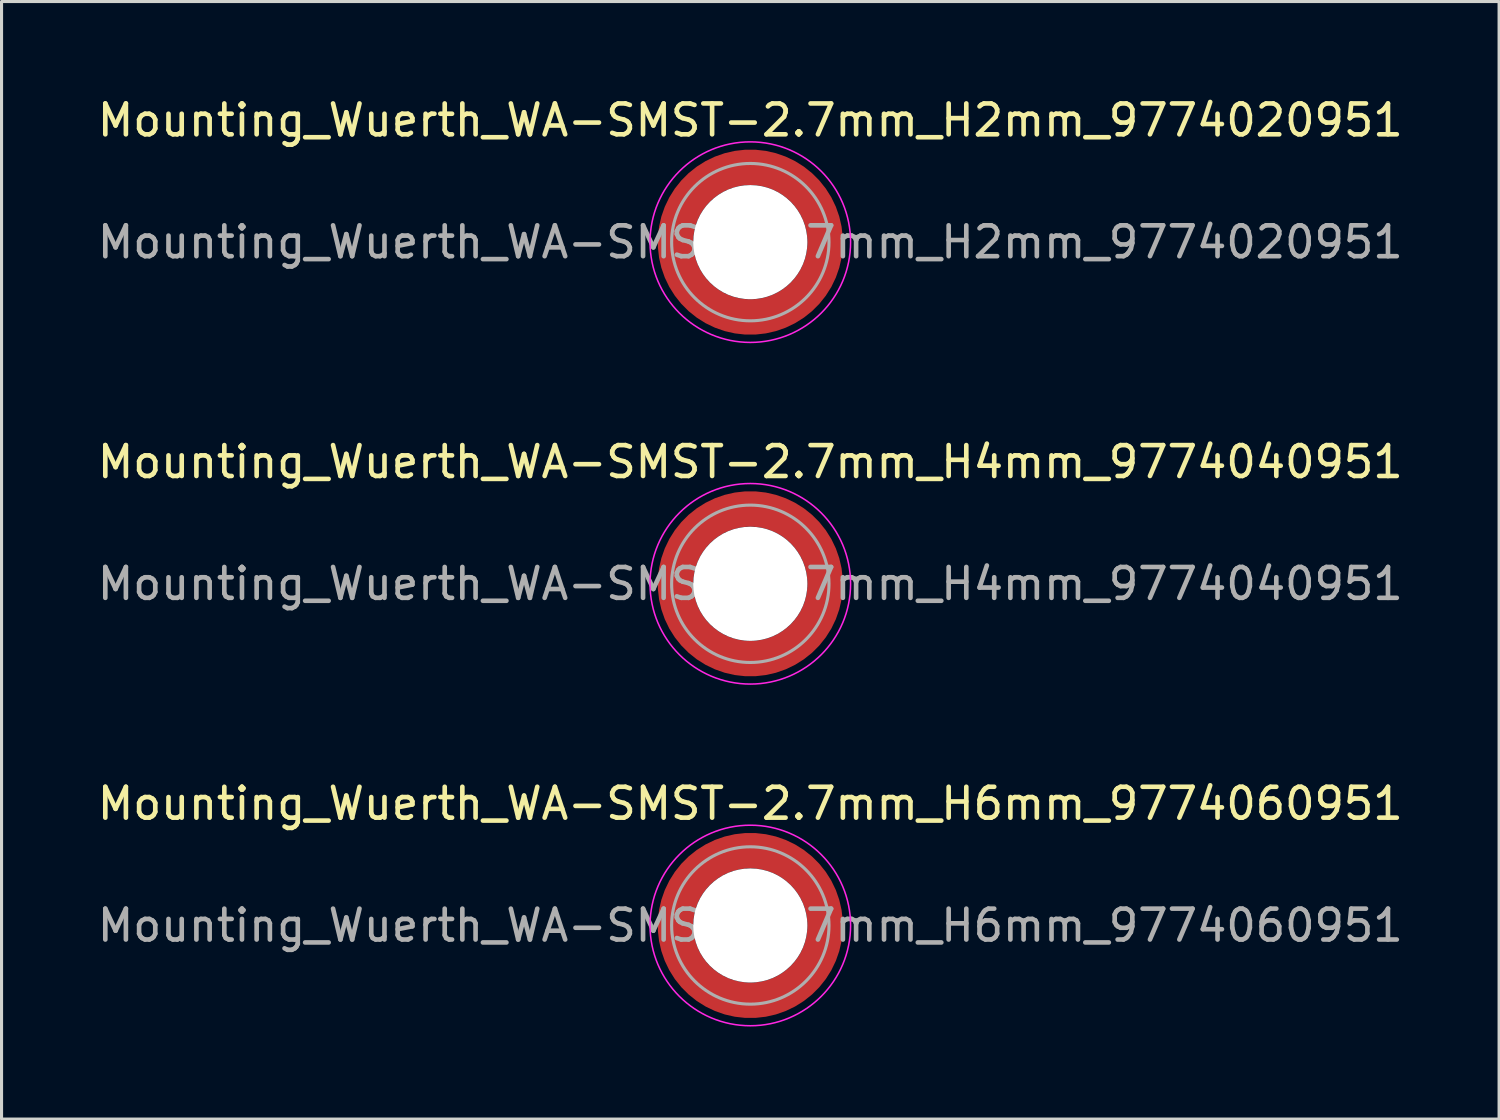
<source format=kicad_pcb>
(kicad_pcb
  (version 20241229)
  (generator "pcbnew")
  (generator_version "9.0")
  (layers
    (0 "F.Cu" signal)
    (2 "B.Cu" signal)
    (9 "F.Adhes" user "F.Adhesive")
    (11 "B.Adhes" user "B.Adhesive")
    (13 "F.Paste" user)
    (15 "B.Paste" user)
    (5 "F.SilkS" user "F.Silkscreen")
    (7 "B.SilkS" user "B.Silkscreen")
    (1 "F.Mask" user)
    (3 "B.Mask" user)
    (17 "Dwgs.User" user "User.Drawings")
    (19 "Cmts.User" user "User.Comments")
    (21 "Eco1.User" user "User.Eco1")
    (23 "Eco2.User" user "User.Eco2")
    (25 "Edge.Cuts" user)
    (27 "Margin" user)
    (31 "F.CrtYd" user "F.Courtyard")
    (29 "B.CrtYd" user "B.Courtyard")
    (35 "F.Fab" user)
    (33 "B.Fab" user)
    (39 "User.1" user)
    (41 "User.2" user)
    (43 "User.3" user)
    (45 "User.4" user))
  (footprint "Mounting_Wuerth_WA-SMST-2.7mm_H2mm_9774020951"
    (layer "F.Cu")
    (at 21.268 4.798)
    (property "Reference" "Mounting_Wuerth_WA-SMST-2.7mm_H2mm_9774020951" (at 0 -3.95 0) (layer "F.SilkS") (effects (font (size 1 1) (thickness 0.15))))
    (attr smd allow_soldermask_bridges)
    (fp_circle (center 0 0) (end 3.25 0) (stroke (width 0.05) (type solid)) (fill no) (layer "F.CrtYd"))
    (fp_circle (center 0 0) (end 2.55 0) (stroke (width 0.1) (type solid)) (fill no) (layer "F.Fab"))
    (fp_text user "${REFERENCE}" (at 0 0 0) (layer "F.Fab") (effects (font (size 1 1) (thickness 0.15))))
    (pad "" smd custom (at -1.704 -1.704) (size 0.51 0.51) (layers "F.Paste") (options (anchor circle)) (primitives (gr_arc (start -0.250195 1.279127) (mid 0.289914 0.289914) (end 1.279127 -0.250195) (width 0.2)) (gr_arc (start -0.34334 1.279127) (mid 0.225488 0.225488) (end 1.279127 -0.34334) (width 0.2)) (gr_arc (start -0.436309 1.279127) (mid 0.161063 0.161063) (end 1.279127 -0.436309) (width 0.2)) (gr_arc (start -0.529126 1.279127) (mid 0.096638 0.096638) (end 1.279127 -0.529126) (width 0.2)) (gr_arc (start -0.621807 1.279127) (mid 0.032213 0.032213) (end 1.279127 -0.621807) (width 0.2)) (gr_arc (start -0.71437 1.279127) (mid -0.032213 -0.032213) (end 1.279127 -0.71437) (width 0.2)) (gr_arc (start -0.806826 1.279127) (mid -0.096638 -0.096638) (end 1.279127 -0.806826) (width 0.2)) (gr_arc (start -0.899187 1.279127) (mid -0.161063 -0.161063) (end 1.279127 -0.899187) (width 0.2)) (gr_arc (start -0.991463 1.279127) (mid -0.225488 -0.225488) (end 1.279127 -0.991463) (width 0.2)) (gr_arc (start -1.083663 1.279127) (mid -0.289914 -0.289914) (end 1.279127 -1.083663) (width 0.2)) (gr_line (start 1.279 -0.25) (end 1.279 -1.084) (width 0.2)) (gr_line (start -0.25 1.279) (end -1.084 1.279) (width 0.2))))
    (pad "" smd custom (at -1.704 1.704) (size 0.51 0.51) (layers "F.Paste") (options (anchor circle)) (primitives (gr_arc (start 1.279127 0.250195) (mid 0.289914 -0.289914) (end -0.250195 -1.279127) (width 0.2)) (gr_arc (start 1.279127 0.34334) (mid 0.225488 -0.225488) (end -0.34334 -1.279127) (width 0.2)) (gr_arc (start 1.279127 0.436309) (mid 0.161063 -0.161063) (end -0.436309 -1.279127) (width 0.2)) (gr_arc (start 1.279127 0.529126) (mid 0.096638 -0.096638) (end -0.529126 -1.279127) (width 0.2)) (gr_arc (start 1.279127 0.621807) (mid 0.032213 -0.032213) (end -0.621807 -1.279127) (width 0.2)) (gr_arc (start 1.279127 0.71437) (mid -0.032213 0.032213) (end -0.71437 -1.279127) (width 0.2)) (gr_arc (start 1.279127 0.806826) (mid -0.096638 0.096638) (end -0.806826 -1.279127) (width 0.2)) (gr_arc (start 1.279127 0.899187) (mid -0.161063 0.161063) (end -0.899187 -1.279127) (width 0.2)) (gr_arc (start 1.279127 0.991463) (mid -0.225488 0.225488) (end -0.991463 -1.279127) (width 0.2)) (gr_arc (start 1.279127 1.083663) (mid -0.289914 0.289914) (end -1.083663 -1.279127) (width 0.2)) (gr_line (start -0.25 -1.279) (end -1.084 -1.279) (width 0.2)) (gr_line (start 1.279 0.25) (end 1.279 1.084) (width 0.2))))
    (pad "" np_thru_hole circle (at 0 0) (size 3.7 3.7) (drill 3.7) (layers "*.Cu" "*.Mask"))
    (pad "" smd custom (at 1.704 -1.704) (size 0.51 0.51) (layers "F.Paste") (options (anchor circle)) (primitives (gr_arc (start -1.279127 -0.250195) (mid -0.289914 0.289914) (end 0.250195 1.279127) (width 0.2)) (gr_arc (start -1.279127 -0.34334) (mid -0.225488 0.225488) (end 0.34334 1.279127) (width 0.2)) (gr_arc (start -1.279127 -0.436309) (mid -0.161063 0.161063) (end 0.436309 1.279127) (width 0.2)) (gr_arc (start -1.279127 -0.529126) (mid -0.096638 0.096638) (end 0.529126 1.279127) (width 0.2)) (gr_arc (start -1.279127 -0.621807) (mid -0.032213 0.032213) (end 0.621807 1.279127) (width 0.2)) (gr_arc (start -1.279127 -0.71437) (mid 0.032213 -0.032213) (end 0.71437 1.279127) (width 0.2)) (gr_arc (start -1.279127 -0.806826) (mid 0.096638 -0.096638) (end 0.806826 1.279127) (width 0.2)) (gr_arc (start -1.279127 -0.899187) (mid 0.161063 -0.161063) (end 0.899187 1.279127) (width 0.2)) (gr_arc (start -1.279127 -0.991463) (mid 0.225488 -0.225488) (end 0.991463 1.279127) (width 0.2)) (gr_arc (start -1.279127 -1.083663) (mid 0.289914 -0.289914) (end 1.083663 1.279127) (width 0.2)) (gr_line (start 0.25 1.279) (end 1.084 1.279) (width 0.2)) (gr_line (start -1.279 -0.25) (end -1.279 -1.084) (width 0.2))))
    (pad "" smd custom (at 1.704 1.704) (size 0.51 0.51) (layers "F.Paste") (options (anchor circle)) (primitives (gr_arc (start 0.250195 -1.279127) (mid -0.289914 -0.289914) (end -1.279127 0.250195) (width 0.2)) (gr_arc (start 0.34334 -1.279127) (mid -0.225488 -0.225488) (end -1.279127 0.34334) (width 0.2)) (gr_arc (start 0.436309 -1.279127) (mid -0.161063 -0.161063) (end -1.279127 0.436309) (width 0.2)) (gr_arc (start 0.529126 -1.279127) (mid -0.096638 -0.096638) (end -1.279127 0.529126) (width 0.2)) (gr_arc (start 0.621807 -1.279127) (mid -0.032213 -0.032213) (end -1.279127 0.621807) (width 0.2)) (gr_arc (start 0.71437 -1.279127) (mid 0.032213 0.032213) (end -1.279127 0.71437) (width 0.2)) (gr_arc (start 0.806826 -1.279127) (mid 0.096638 0.096638) (end -1.279127 0.806826) (width 0.2)) (gr_arc (start 0.899187 -1.279127) (mid 0.161063 0.161063) (end -1.279127 0.899187) (width 0.2)) (gr_arc (start 0.991463 -1.279127) (mid 0.225488 0.225488) (end -1.279127 0.991463) (width 0.2)) (gr_arc (start 1.083663 -1.279127) (mid 0.289914 0.289914) (end -1.279127 1.083663) (width 0.2)) (gr_line (start -1.279 0.25) (end -1.279 1.084) (width 0.2)) (gr_line (start 0.25 -1.279) (end 1.084 -1.279) (width 0.2))))
    (pad "1" smd circle (at -2.425 0) (size 0.642 0.642) (layers "F.Cu"))
    (pad "1" smd circle (at 0 -2.425) (size 0.642 0.642) (layers "F.Cu"))
    (pad "1" smd circle (at 0 2.425) (size 0.642 0.642) (layers "F.Cu"))
    (pad "1" smd custom (at 2.425 0) (size 1.15 1.15) (layers "F.Cu" "F.Mask") (options (anchor circle)) (primitives (gr_circle (center -2.425 0) (end 0 0) (width 1.15) (fill no)))))
  (footprint "Mounting_Wuerth_WA-SMST-2.7mm_H6mm_9774060951"
    (layer "F.Cu")
    (at 21.268 26.945)
    (property "Reference" "Mounting_Wuerth_WA-SMST-2.7mm_H6mm_9774060951" (at 0 -3.95 0) (layer "F.SilkS") (effects (font (size 1 1) (thickness 0.15))))
    (attr smd allow_soldermask_bridges)
    (fp_circle (center 0 0) (end 3.25 0) (stroke (width 0.05) (type solid)) (fill no) (layer "F.CrtYd"))
    (fp_circle (center 0 0) (end 2.55 0) (stroke (width 0.1) (type solid)) (fill no) (layer "F.Fab"))
    (fp_text user "${REFERENCE}" (at 0 0 0) (layer "F.Fab") (effects (font (size 1 1) (thickness 0.15))))
    (pad "" smd custom (at -1.704 -1.704) (size 0.51 0.51) (layers "F.Paste") (options (anchor circle)) (primitives (gr_arc (start -0.250195 1.279127) (mid 0.289914 0.289914) (end 1.279127 -0.250195) (width 0.2)) (gr_arc (start -0.34334 1.279127) (mid 0.225488 0.225488) (end 1.279127 -0.34334) (width 0.2)) (gr_arc (start -0.436309 1.279127) (mid 0.161063 0.161063) (end 1.279127 -0.436309) (width 0.2)) (gr_arc (start -0.529126 1.279127) (mid 0.096638 0.096638) (end 1.279127 -0.529126) (width 0.2)) (gr_arc (start -0.621807 1.279127) (mid 0.032213 0.032213) (end 1.279127 -0.621807) (width 0.2)) (gr_arc (start -0.71437 1.279127) (mid -0.032213 -0.032213) (end 1.279127 -0.71437) (width 0.2)) (gr_arc (start -0.806826 1.279127) (mid -0.096638 -0.096638) (end 1.279127 -0.806826) (width 0.2)) (gr_arc (start -0.899187 1.279127) (mid -0.161063 -0.161063) (end 1.279127 -0.899187) (width 0.2)) (gr_arc (start -0.991463 1.279127) (mid -0.225488 -0.225488) (end 1.279127 -0.991463) (width 0.2)) (gr_arc (start -1.083663 1.279127) (mid -0.289914 -0.289914) (end 1.279127 -1.083663) (width 0.2)) (gr_line (start 1.279 -0.25) (end 1.279 -1.084) (width 0.2)) (gr_line (start -0.25 1.279) (end -1.084 1.279) (width 0.2))))
    (pad "" smd custom (at -1.704 1.704) (size 0.51 0.51) (layers "F.Paste") (options (anchor circle)) (primitives (gr_arc (start 1.279127 0.250195) (mid 0.289914 -0.289914) (end -0.250195 -1.279127) (width 0.2)) (gr_arc (start 1.279127 0.34334) (mid 0.225488 -0.225488) (end -0.34334 -1.279127) (width 0.2)) (gr_arc (start 1.279127 0.436309) (mid 0.161063 -0.161063) (end -0.436309 -1.279127) (width 0.2)) (gr_arc (start 1.279127 0.529126) (mid 0.096638 -0.096638) (end -0.529126 -1.279127) (width 0.2)) (gr_arc (start 1.279127 0.621807) (mid 0.032213 -0.032213) (end -0.621807 -1.279127) (width 0.2)) (gr_arc (start 1.279127 0.71437) (mid -0.032213 0.032213) (end -0.71437 -1.279127) (width 0.2)) (gr_arc (start 1.279127 0.806826) (mid -0.096638 0.096638) (end -0.806826 -1.279127) (width 0.2)) (gr_arc (start 1.279127 0.899187) (mid -0.161063 0.161063) (end -0.899187 -1.279127) (width 0.2)) (gr_arc (start 1.279127 0.991463) (mid -0.225488 0.225488) (end -0.991463 -1.279127) (width 0.2)) (gr_arc (start 1.279127 1.083663) (mid -0.289914 0.289914) (end -1.083663 -1.279127) (width 0.2)) (gr_line (start -0.25 -1.279) (end -1.084 -1.279) (width 0.2)) (gr_line (start 1.279 0.25) (end 1.279 1.084) (width 0.2))))
    (pad "" np_thru_hole circle (at 0 0) (size 3.7 3.7) (drill 3.7) (layers "*.Cu" "*.Mask"))
    (pad "" smd custom (at 1.704 -1.704) (size 0.51 0.51) (layers "F.Paste") (options (anchor circle)) (primitives (gr_arc (start -1.279127 -0.250195) (mid -0.289914 0.289914) (end 0.250195 1.279127) (width 0.2)) (gr_arc (start -1.279127 -0.34334) (mid -0.225488 0.225488) (end 0.34334 1.279127) (width 0.2)) (gr_arc (start -1.279127 -0.436309) (mid -0.161063 0.161063) (end 0.436309 1.279127) (width 0.2)) (gr_arc (start -1.279127 -0.529126) (mid -0.096638 0.096638) (end 0.529126 1.279127) (width 0.2)) (gr_arc (start -1.279127 -0.621807) (mid -0.032213 0.032213) (end 0.621807 1.279127) (width 0.2)) (gr_arc (start -1.279127 -0.71437) (mid 0.032213 -0.032213) (end 0.71437 1.279127) (width 0.2)) (gr_arc (start -1.279127 -0.806826) (mid 0.096638 -0.096638) (end 0.806826 1.279127) (width 0.2)) (gr_arc (start -1.279127 -0.899187) (mid 0.161063 -0.161063) (end 0.899187 1.279127) (width 0.2)) (gr_arc (start -1.279127 -0.991463) (mid 0.225488 -0.225488) (end 0.991463 1.279127) (width 0.2)) (gr_arc (start -1.279127 -1.083663) (mid 0.289914 -0.289914) (end 1.083663 1.279127) (width 0.2)) (gr_line (start 0.25 1.279) (end 1.084 1.279) (width 0.2)) (gr_line (start -1.279 -0.25) (end -1.279 -1.084) (width 0.2))))
    (pad "" smd custom (at 1.704 1.704) (size 0.51 0.51) (layers "F.Paste") (options (anchor circle)) (primitives (gr_arc (start 0.250195 -1.279127) (mid -0.289914 -0.289914) (end -1.279127 0.250195) (width 0.2)) (gr_arc (start 0.34334 -1.279127) (mid -0.225488 -0.225488) (end -1.279127 0.34334) (width 0.2)) (gr_arc (start 0.436309 -1.279127) (mid -0.161063 -0.161063) (end -1.279127 0.436309) (width 0.2)) (gr_arc (start 0.529126 -1.279127) (mid -0.096638 -0.096638) (end -1.279127 0.529126) (width 0.2)) (gr_arc (start 0.621807 -1.279127) (mid -0.032213 -0.032213) (end -1.279127 0.621807) (width 0.2)) (gr_arc (start 0.71437 -1.279127) (mid 0.032213 0.032213) (end -1.279127 0.71437) (width 0.2)) (gr_arc (start 0.806826 -1.279127) (mid 0.096638 0.096638) (end -1.279127 0.806826) (width 0.2)) (gr_arc (start 0.899187 -1.279127) (mid 0.161063 0.161063) (end -1.279127 0.899187) (width 0.2)) (gr_arc (start 0.991463 -1.279127) (mid 0.225488 0.225488) (end -1.279127 0.991463) (width 0.2)) (gr_arc (start 1.083663 -1.279127) (mid 0.289914 0.289914) (end -1.279127 1.083663) (width 0.2)) (gr_line (start -1.279 0.25) (end -1.279 1.084) (width 0.2)) (gr_line (start 0.25 -1.279) (end 1.084 -1.279) (width 0.2))))
    (pad "1" smd circle (at -2.425 0) (size 0.642 0.642) (layers "F.Cu"))
    (pad "1" smd circle (at 0 -2.425) (size 0.642 0.642) (layers "F.Cu"))
    (pad "1" smd circle (at 0 2.425) (size 0.642 0.642) (layers "F.Cu"))
    (pad "1" smd custom (at 2.425 0) (size 1.15 1.15) (layers "F.Cu" "F.Mask") (options (anchor circle)) (primitives (gr_circle (center -2.425 0) (end 0 0) (width 1.15) (fill no)))))
  (footprint "Mounting_Wuerth_WA-SMST-2.7mm_H4mm_9774040951"
    (layer "F.Cu")
    (at 21.268 15.871)
    (property "Reference" "Mounting_Wuerth_WA-SMST-2.7mm_H4mm_9774040951" (at 0 -3.95 0) (layer "F.SilkS") (effects (font (size 1 1) (thickness 0.15))))
    (attr smd allow_soldermask_bridges)
    (fp_circle (center 0 0) (end 3.25 0) (stroke (width 0.05) (type solid)) (fill no) (layer "F.CrtYd"))
    (fp_circle (center 0 0) (end 2.55 0) (stroke (width 0.1) (type solid)) (fill no) (layer "F.Fab"))
    (fp_text user "${REFERENCE}" (at 0 0 0) (layer "F.Fab") (effects (font (size 1 1) (thickness 0.15))))
    (pad "" smd custom (at -1.704 -1.704) (size 0.51 0.51) (layers "F.Paste") (options (anchor circle)) (primitives (gr_arc (start -0.250195 1.279127) (mid 0.289914 0.289914) (end 1.279127 -0.250195) (width 0.2)) (gr_arc (start -0.34334 1.279127) (mid 0.225488 0.225488) (end 1.279127 -0.34334) (width 0.2)) (gr_arc (start -0.436309 1.279127) (mid 0.161063 0.161063) (end 1.279127 -0.436309) (width 0.2)) (gr_arc (start -0.529126 1.279127) (mid 0.096638 0.096638) (end 1.279127 -0.529126) (width 0.2)) (gr_arc (start -0.621807 1.279127) (mid 0.032213 0.032213) (end 1.279127 -0.621807) (width 0.2)) (gr_arc (start -0.71437 1.279127) (mid -0.032213 -0.032213) (end 1.279127 -0.71437) (width 0.2)) (gr_arc (start -0.806826 1.279127) (mid -0.096638 -0.096638) (end 1.279127 -0.806826) (width 0.2)) (gr_arc (start -0.899187 1.279127) (mid -0.161063 -0.161063) (end 1.279127 -0.899187) (width 0.2)) (gr_arc (start -0.991463 1.279127) (mid -0.225488 -0.225488) (end 1.279127 -0.991463) (width 0.2)) (gr_arc (start -1.083663 1.279127) (mid -0.289914 -0.289914) (end 1.279127 -1.083663) (width 0.2)) (gr_line (start 1.279 -0.25) (end 1.279 -1.084) (width 0.2)) (gr_line (start -0.25 1.279) (end -1.084 1.279) (width 0.2))))
    (pad "" smd custom (at -1.704 1.704) (size 0.51 0.51) (layers "F.Paste") (options (anchor circle)) (primitives (gr_arc (start 1.279127 0.250195) (mid 0.289914 -0.289914) (end -0.250195 -1.279127) (width 0.2)) (gr_arc (start 1.279127 0.34334) (mid 0.225488 -0.225488) (end -0.34334 -1.279127) (width 0.2)) (gr_arc (start 1.279127 0.436309) (mid 0.161063 -0.161063) (end -0.436309 -1.279127) (width 0.2)) (gr_arc (start 1.279127 0.529126) (mid 0.096638 -0.096638) (end -0.529126 -1.279127) (width 0.2)) (gr_arc (start 1.279127 0.621807) (mid 0.032213 -0.032213) (end -0.621807 -1.279127) (width 0.2)) (gr_arc (start 1.279127 0.71437) (mid -0.032213 0.032213) (end -0.71437 -1.279127) (width 0.2)) (gr_arc (start 1.279127 0.806826) (mid -0.096638 0.096638) (end -0.806826 -1.279127) (width 0.2)) (gr_arc (start 1.279127 0.899187) (mid -0.161063 0.161063) (end -0.899187 -1.279127) (width 0.2)) (gr_arc (start 1.279127 0.991463) (mid -0.225488 0.225488) (end -0.991463 -1.279127) (width 0.2)) (gr_arc (start 1.279127 1.083663) (mid -0.289914 0.289914) (end -1.083663 -1.279127) (width 0.2)) (gr_line (start -0.25 -1.279) (end -1.084 -1.279) (width 0.2)) (gr_line (start 1.279 0.25) (end 1.279 1.084) (width 0.2))))
    (pad "" np_thru_hole circle (at 0 0) (size 3.7 3.7) (drill 3.7) (layers "*.Cu" "*.Mask"))
    (pad "" smd custom (at 1.704 -1.704) (size 0.51 0.51) (layers "F.Paste") (options (anchor circle)) (primitives (gr_arc (start -1.279127 -0.250195) (mid -0.289914 0.289914) (end 0.250195 1.279127) (width 0.2)) (gr_arc (start -1.279127 -0.34334) (mid -0.225488 0.225488) (end 0.34334 1.279127) (width 0.2)) (gr_arc (start -1.279127 -0.436309) (mid -0.161063 0.161063) (end 0.436309 1.279127) (width 0.2)) (gr_arc (start -1.279127 -0.529126) (mid -0.096638 0.096638) (end 0.529126 1.279127) (width 0.2)) (gr_arc (start -1.279127 -0.621807) (mid -0.032213 0.032213) (end 0.621807 1.279127) (width 0.2)) (gr_arc (start -1.279127 -0.71437) (mid 0.032213 -0.032213) (end 0.71437 1.279127) (width 0.2)) (gr_arc (start -1.279127 -0.806826) (mid 0.096638 -0.096638) (end 0.806826 1.279127) (width 0.2)) (gr_arc (start -1.279127 -0.899187) (mid 0.161063 -0.161063) (end 0.899187 1.279127) (width 0.2)) (gr_arc (start -1.279127 -0.991463) (mid 0.225488 -0.225488) (end 0.991463 1.279127) (width 0.2)) (gr_arc (start -1.279127 -1.083663) (mid 0.289914 -0.289914) (end 1.083663 1.279127) (width 0.2)) (gr_line (start 0.25 1.279) (end 1.084 1.279) (width 0.2)) (gr_line (start -1.279 -0.25) (end -1.279 -1.084) (width 0.2))))
    (pad "" smd custom (at 1.704 1.704) (size 0.51 0.51) (layers "F.Paste") (options (anchor circle)) (primitives (gr_arc (start 0.250195 -1.279127) (mid -0.289914 -0.289914) (end -1.279127 0.250195) (width 0.2)) (gr_arc (start 0.34334 -1.279127) (mid -0.225488 -0.225488) (end -1.279127 0.34334) (width 0.2)) (gr_arc (start 0.436309 -1.279127) (mid -0.161063 -0.161063) (end -1.279127 0.436309) (width 0.2)) (gr_arc (start 0.529126 -1.279127) (mid -0.096638 -0.096638) (end -1.279127 0.529126) (width 0.2)) (gr_arc (start 0.621807 -1.279127) (mid -0.032213 -0.032213) (end -1.279127 0.621807) (width 0.2)) (gr_arc (start 0.71437 -1.279127) (mid 0.032213 0.032213) (end -1.279127 0.71437) (width 0.2)) (gr_arc (start 0.806826 -1.279127) (mid 0.096638 0.096638) (end -1.279127 0.806826) (width 0.2)) (gr_arc (start 0.899187 -1.279127) (mid 0.161063 0.161063) (end -1.279127 0.899187) (width 0.2)) (gr_arc (start 0.991463 -1.279127) (mid 0.225488 0.225488) (end -1.279127 0.991463) (width 0.2)) (gr_arc (start 1.083663 -1.279127) (mid 0.289914 0.289914) (end -1.279127 1.083663) (width 0.2)) (gr_line (start -1.279 0.25) (end -1.279 1.084) (width 0.2)) (gr_line (start 0.25 -1.279) (end 1.084 -1.279) (width 0.2))))
    (pad "1" smd circle (at -2.425 0) (size 0.642 0.642) (layers "F.Cu"))
    (pad "1" smd circle (at 0 -2.425) (size 0.642 0.642) (layers "F.Cu"))
    (pad "1" smd circle (at 0 2.425) (size 0.642 0.642) (layers "F.Cu"))
    (pad "1" smd custom (at 2.425 0) (size 1.15 1.15) (layers "F.Cu" "F.Mask") (options (anchor circle)) (primitives (gr_circle (center -2.425 0) (end 0 0) (width 1.15) (fill no)))))
  (gr_rect
    (start -3 -3)
    (end 45.536 33.22)
    (stroke (width 0.1) (type default))
    (fill no)
    (layer "Edge.Cuts")))
</source>
